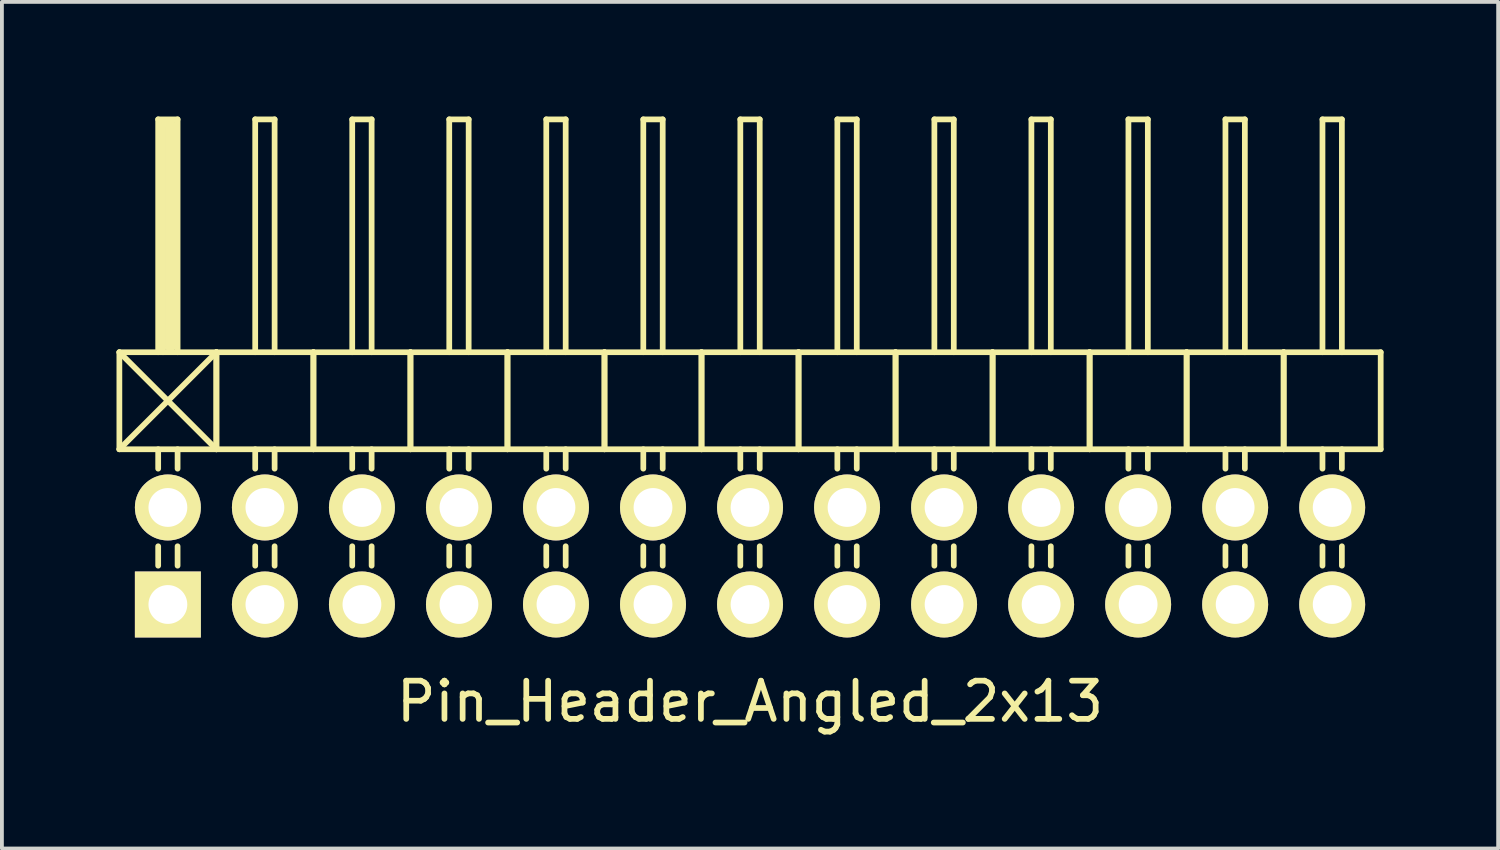
<source format=kicad_pcb>
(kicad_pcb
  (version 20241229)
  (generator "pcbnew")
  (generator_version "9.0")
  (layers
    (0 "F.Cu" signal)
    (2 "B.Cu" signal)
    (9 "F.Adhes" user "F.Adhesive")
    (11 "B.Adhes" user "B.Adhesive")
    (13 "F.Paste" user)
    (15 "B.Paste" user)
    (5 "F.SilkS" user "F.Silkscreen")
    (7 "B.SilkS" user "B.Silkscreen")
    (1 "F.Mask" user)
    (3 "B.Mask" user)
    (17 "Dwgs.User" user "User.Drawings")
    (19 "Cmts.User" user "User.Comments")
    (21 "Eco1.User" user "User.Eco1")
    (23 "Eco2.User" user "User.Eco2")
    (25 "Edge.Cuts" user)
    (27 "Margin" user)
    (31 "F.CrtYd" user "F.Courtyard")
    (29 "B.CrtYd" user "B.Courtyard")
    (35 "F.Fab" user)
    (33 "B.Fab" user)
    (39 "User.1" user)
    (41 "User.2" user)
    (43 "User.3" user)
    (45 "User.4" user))
  (footprint "Pin_Header_Angled_2x13"
    (layer "F.Cu")
    (at 16.585 11.505)
    (property "Reference" "Pin_Header_Angled_2x13" (at 0 3.81 0) (layer "F.SilkS") (effects (font (size 1 1) (thickness 0.15))))
    (attr through_hole)
    (fp_line (start -16.51 -5.334) (end -13.97 -2.794) (stroke (width 0.15) (type solid)) (layer "F.SilkS"))
    (fp_line (start -16.51 -2.794) (end -16.51 -5.334) (stroke (width 0.15) (type solid)) (layer "F.SilkS"))
    (fp_line (start -16.51 -2.794) (end -13.97 -5.334) (stroke (width 0.15) (type solid)) (layer "F.SilkS"))
    (fp_line (start -16.51 -2.794) (end -13.97 -2.794) (stroke (width 0.15) (type solid)) (layer "F.SilkS"))
    (fp_line (start -15.494 -11.43) (end -14.986 -11.43) (stroke (width 0.15) (type solid)) (layer "F.SilkS"))
    (fp_line (start -15.494 -5.334) (end -15.494 -11.43) (stroke (width 0.15) (type solid)) (layer "F.SilkS"))
    (fp_line (start -15.494 -2.794) (end -15.494 -2.286) (stroke (width 0.15) (type solid)) (layer "F.SilkS"))
    (fp_line (start -15.494 -0.254) (end -15.494 0.254) (stroke (width 0.15) (type solid)) (layer "F.SilkS"))
    (fp_line (start -15.367 -11.303) (end -15.113 -11.303) (stroke (width 0.15) (type solid)) (layer "F.SilkS"))
    (fp_line (start -15.367 -5.334) (end -15.367 -11.303) (stroke (width 0.15) (type solid)) (layer "F.SilkS"))
    (fp_line (start -15.24 -5.461) (end -15.24 -11.303) (stroke (width 0.15) (type solid)) (layer "F.SilkS"))
    (fp_line (start -15.113 -11.303) (end -15.113 -5.461) (stroke (width 0.15) (type solid)) (layer "F.SilkS"))
    (fp_line (start -15.113 -5.461) (end -15.24 -5.461) (stroke (width 0.15) (type solid)) (layer "F.SilkS"))
    (fp_line (start -14.986 -11.43) (end -14.986 -5.334) (stroke (width 0.15) (type solid)) (layer "F.SilkS"))
    (fp_line (start -14.986 -2.794) (end -14.986 -2.286) (stroke (width 0.15) (type solid)) (layer "F.SilkS"))
    (fp_line (start -14.986 -0.254) (end -14.986 0.254) (stroke (width 0.15) (type solid)) (layer "F.SilkS"))
    (fp_line (start -13.97 -5.334) (end -16.51 -5.334) (stroke (width 0.15) (type solid)) (layer "F.SilkS"))
    (fp_line (start -13.97 -2.794) (end -13.97 -5.334) (stroke (width 0.15) (type solid)) (layer "F.SilkS"))
    (fp_line (start -13.97 -2.794) (end -13.97 -5.334) (stroke (width 0.15) (type solid)) (layer "F.SilkS"))
    (fp_line (start -13.97 -2.794) (end -11.43 -2.794) (stroke (width 0.15) (type solid)) (layer "F.SilkS"))
    (fp_line (start -12.954 -11.43) (end -12.446 -11.43) (stroke (width 0.15) (type solid)) (layer "F.SilkS"))
    (fp_line (start -12.954 -5.334) (end -12.954 -11.43) (stroke (width 0.15) (type solid)) (layer "F.SilkS"))
    (fp_line (start -12.954 -2.794) (end -12.954 -2.286) (stroke (width 0.15) (type solid)) (layer "F.SilkS"))
    (fp_line (start -12.954 -0.254) (end -12.954 0.254) (stroke (width 0.15) (type solid)) (layer "F.SilkS"))
    (fp_line (start -12.446 -11.43) (end -12.446 -5.334) (stroke (width 0.15) (type solid)) (layer "F.SilkS"))
    (fp_line (start -12.446 -2.794) (end -12.446 -2.286) (stroke (width 0.15) (type solid)) (layer "F.SilkS"))
    (fp_line (start -12.446 -0.254) (end -12.446 0.254) (stroke (width 0.15) (type solid)) (layer "F.SilkS"))
    (fp_line (start -11.43 -5.334) (end -13.97 -5.334) (stroke (width 0.15) (type solid)) (layer "F.SilkS"))
    (fp_line (start -11.43 -2.794) (end -11.43 -5.334) (stroke (width 0.15) (type solid)) (layer "F.SilkS"))
    (fp_line (start -11.43 -2.794) (end -11.43 -5.334) (stroke (width 0.15) (type solid)) (layer "F.SilkS"))
    (fp_line (start -11.43 -2.794) (end -8.89 -2.794) (stroke (width 0.15) (type solid)) (layer "F.SilkS"))
    (fp_line (start -10.414 -11.43) (end -9.906 -11.43) (stroke (width 0.15) (type solid)) (layer "F.SilkS"))
    (fp_line (start -10.414 -5.334) (end -10.414 -11.43) (stroke (width 0.15) (type solid)) (layer "F.SilkS"))
    (fp_line (start -10.414 -2.794) (end -10.414 -2.286) (stroke (width 0.15) (type solid)) (layer "F.SilkS"))
    (fp_line (start -10.414 -0.254) (end -10.414 0.254) (stroke (width 0.15) (type solid)) (layer "F.SilkS"))
    (fp_line (start -9.906 -11.43) (end -9.906 -5.334) (stroke (width 0.15) (type solid)) (layer "F.SilkS"))
    (fp_line (start -9.906 -2.794) (end -9.906 -2.286) (stroke (width 0.15) (type solid)) (layer "F.SilkS"))
    (fp_line (start -9.906 -0.254) (end -9.906 0.254) (stroke (width 0.15) (type solid)) (layer "F.SilkS"))
    (fp_line (start -8.89 -5.334) (end -11.43 -5.334) (stroke (width 0.15) (type solid)) (layer "F.SilkS"))
    (fp_line (start -8.89 -2.794) (end -8.89 -5.334) (stroke (width 0.15) (type solid)) (layer "F.SilkS"))
    (fp_line (start -8.89 -2.794) (end -8.89 -5.334) (stroke (width 0.15) (type solid)) (layer "F.SilkS"))
    (fp_line (start -8.89 -2.794) (end -6.35 -2.794) (stroke (width 0.15) (type solid)) (layer "F.SilkS"))
    (fp_line (start -7.874 -11.43) (end -7.366 -11.43) (stroke (width 0.15) (type solid)) (layer "F.SilkS"))
    (fp_line (start -7.874 -5.334) (end -7.874 -11.43) (stroke (width 0.15) (type solid)) (layer "F.SilkS"))
    (fp_line (start -7.874 -2.794) (end -7.874 -2.286) (stroke (width 0.15) (type solid)) (layer "F.SilkS"))
    (fp_line (start -7.874 -0.254) (end -7.874 0.254) (stroke (width 0.15) (type solid)) (layer "F.SilkS"))
    (fp_line (start -7.366 -11.43) (end -7.366 -5.334) (stroke (width 0.15) (type solid)) (layer "F.SilkS"))
    (fp_line (start -7.366 -2.794) (end -7.366 -2.286) (stroke (width 0.15) (type solid)) (layer "F.SilkS"))
    (fp_line (start -7.366 -0.254) (end -7.366 0.254) (stroke (width 0.15) (type solid)) (layer "F.SilkS"))
    (fp_line (start -6.35 -5.334) (end -8.89 -5.334) (stroke (width 0.15) (type solid)) (layer "F.SilkS"))
    (fp_line (start -6.35 -2.794) (end -6.35 -5.334) (stroke (width 0.15) (type solid)) (layer "F.SilkS"))
    (fp_line (start -6.35 -2.794) (end -6.35 -5.334) (stroke (width 0.15) (type solid)) (layer "F.SilkS"))
    (fp_line (start -6.35 -2.794) (end -3.81 -2.794) (stroke (width 0.15) (type solid)) (layer "F.SilkS"))
    (fp_line (start -5.334 -11.43) (end -4.826 -11.43) (stroke (width 0.15) (type solid)) (layer "F.SilkS"))
    (fp_line (start -5.334 -5.334) (end -5.334 -11.43) (stroke (width 0.15) (type solid)) (layer "F.SilkS"))
    (fp_line (start -5.334 -2.794) (end -5.334 -2.286) (stroke (width 0.15) (type solid)) (layer "F.SilkS"))
    (fp_line (start -5.334 -0.254) (end -5.334 0.254) (stroke (width 0.15) (type solid)) (layer "F.SilkS"))
    (fp_line (start -4.826 -11.43) (end -4.826 -5.334) (stroke (width 0.15) (type solid)) (layer "F.SilkS"))
    (fp_line (start -4.826 -2.794) (end -4.826 -2.286) (stroke (width 0.15) (type solid)) (layer "F.SilkS"))
    (fp_line (start -4.826 -0.254) (end -4.826 0.254) (stroke (width 0.15) (type solid)) (layer "F.SilkS"))
    (fp_line (start -3.81 -5.334) (end -6.35 -5.334) (stroke (width 0.15) (type solid)) (layer "F.SilkS"))
    (fp_line (start -3.81 -2.794) (end -3.81 -5.334) (stroke (width 0.15) (type solid)) (layer "F.SilkS"))
    (fp_line (start -3.81 -2.794) (end -3.81 -5.334) (stroke (width 0.15) (type solid)) (layer "F.SilkS"))
    (fp_line (start -3.81 -2.794) (end -1.27 -2.794) (stroke (width 0.15) (type solid)) (layer "F.SilkS"))
    (fp_line (start -2.794 -11.43) (end -2.286 -11.43) (stroke (width 0.15) (type solid)) (layer "F.SilkS"))
    (fp_line (start -2.794 -5.334) (end -2.794 -11.43) (stroke (width 0.15) (type solid)) (layer "F.SilkS"))
    (fp_line (start -2.794 -2.794) (end -2.794 -2.286) (stroke (width 0.15) (type solid)) (layer "F.SilkS"))
    (fp_line (start -2.794 -0.254) (end -2.794 0.254) (stroke (width 0.15) (type solid)) (layer "F.SilkS"))
    (fp_line (start -2.286 -11.43) (end -2.286 -5.334) (stroke (width 0.15) (type solid)) (layer "F.SilkS"))
    (fp_line (start -2.286 -2.794) (end -2.286 -2.286) (stroke (width 0.15) (type solid)) (layer "F.SilkS"))
    (fp_line (start -2.286 -0.254) (end -2.286 0.254) (stroke (width 0.15) (type solid)) (layer "F.SilkS"))
    (fp_line (start -1.27 -5.334) (end -3.81 -5.334) (stroke (width 0.15) (type solid)) (layer "F.SilkS"))
    (fp_line (start -1.27 -2.794) (end -1.27 -5.334) (stroke (width 0.15) (type solid)) (layer "F.SilkS"))
    (fp_line (start -1.27 -2.794) (end -1.27 -5.334) (stroke (width 0.15) (type solid)) (layer "F.SilkS"))
    (fp_line (start -1.27 -2.794) (end 1.27 -2.794) (stroke (width 0.15) (type solid)) (layer "F.SilkS"))
    (fp_line (start -0.254 -11.43) (end 0.254 -11.43) (stroke (width 0.15) (type solid)) (layer "F.SilkS"))
    (fp_line (start -0.254 -5.334) (end -0.254 -11.43) (stroke (width 0.15) (type solid)) (layer "F.SilkS"))
    (fp_line (start -0.254 -2.794) (end -0.254 -2.286) (stroke (width 0.15) (type solid)) (layer "F.SilkS"))
    (fp_line (start -0.254 -0.254) (end -0.254 0.254) (stroke (width 0.15) (type solid)) (layer "F.SilkS"))
    (fp_line (start 0.254 -11.43) (end 0.254 -5.334) (stroke (width 0.15) (type solid)) (layer "F.SilkS"))
    (fp_line (start 0.254 -2.794) (end 0.254 -2.286) (stroke (width 0.15) (type solid)) (layer "F.SilkS"))
    (fp_line (start 0.254 -0.254) (end 0.254 0.254) (stroke (width 0.15) (type solid)) (layer "F.SilkS"))
    (fp_line (start 1.27 -5.334) (end -1.27 -5.334) (stroke (width 0.15) (type solid)) (layer "F.SilkS"))
    (fp_line (start 1.27 -2.794) (end 1.27 -5.334) (stroke (width 0.15) (type solid)) (layer "F.SilkS"))
    (fp_line (start 1.27 -2.794) (end 1.27 -5.334) (stroke (width 0.15) (type solid)) (layer "F.SilkS"))
    (fp_line (start 1.27 -2.794) (end 3.81 -2.794) (stroke (width 0.15) (type solid)) (layer "F.SilkS"))
    (fp_line (start 2.286 -11.43) (end 2.794 -11.43) (stroke (width 0.15) (type solid)) (layer "F.SilkS"))
    (fp_line (start 2.286 -5.334) (end 2.286 -11.43) (stroke (width 0.15) (type solid)) (layer "F.SilkS"))
    (fp_line (start 2.286 -2.794) (end 2.286 -2.286) (stroke (width 0.15) (type solid)) (layer "F.SilkS"))
    (fp_line (start 2.286 -0.254) (end 2.286 0.254) (stroke (width 0.15) (type solid)) (layer "F.SilkS"))
    (fp_line (start 2.794 -11.43) (end 2.794 -5.334) (stroke (width 0.15) (type solid)) (layer "F.SilkS"))
    (fp_line (start 2.794 -2.794) (end 2.794 -2.286) (stroke (width 0.15) (type solid)) (layer "F.SilkS"))
    (fp_line (start 2.794 -0.254) (end 2.794 0.254) (stroke (width 0.15) (type solid)) (layer "F.SilkS"))
    (fp_line (start 3.81 -5.334) (end 1.27 -5.334) (stroke (width 0.15) (type solid)) (layer "F.SilkS"))
    (fp_line (start 3.81 -2.794) (end 3.81 -5.334) (stroke (width 0.15) (type solid)) (layer "F.SilkS"))
    (fp_line (start 3.81 -2.794) (end 3.81 -5.334) (stroke (width 0.15) (type solid)) (layer "F.SilkS"))
    (fp_line (start 3.81 -2.794) (end 6.35 -2.794) (stroke (width 0.15) (type solid)) (layer "F.SilkS"))
    (fp_line (start 4.826 -11.43) (end 5.334 -11.43) (stroke (width 0.15) (type solid)) (layer "F.SilkS"))
    (fp_line (start 4.826 -5.334) (end 4.826 -11.43) (stroke (width 0.15) (type solid)) (layer "F.SilkS"))
    (fp_line (start 4.826 -2.794) (end 4.826 -2.286) (stroke (width 0.15) (type solid)) (layer "F.SilkS"))
    (fp_line (start 4.826 -0.254) (end 4.826 0.254) (stroke (width 0.15) (type solid)) (layer "F.SilkS"))
    (fp_line (start 5.334 -11.43) (end 5.334 -5.334) (stroke (width 0.15) (type solid)) (layer "F.SilkS"))
    (fp_line (start 5.334 -2.794) (end 5.334 -2.286) (stroke (width 0.15) (type solid)) (layer "F.SilkS"))
    (fp_line (start 5.334 -0.254) (end 5.334 0.254) (stroke (width 0.15) (type solid)) (layer "F.SilkS"))
    (fp_line (start 6.35 -5.334) (end 3.81 -5.334) (stroke (width 0.15) (type solid)) (layer "F.SilkS"))
    (fp_line (start 6.35 -2.794) (end 6.35 -5.334) (stroke (width 0.15) (type solid)) (layer "F.SilkS"))
    (fp_line (start 6.35 -2.794) (end 6.35 -5.334) (stroke (width 0.15) (type solid)) (layer "F.SilkS"))
    (fp_line (start 6.35 -2.794) (end 8.89 -2.794) (stroke (width 0.15) (type solid)) (layer "F.SilkS"))
    (fp_line (start 7.366 -11.43) (end 7.874 -11.43) (stroke (width 0.15) (type solid)) (layer "F.SilkS"))
    (fp_line (start 7.366 -5.334) (end 7.366 -11.43) (stroke (width 0.15) (type solid)) (layer "F.SilkS"))
    (fp_line (start 7.366 -2.794) (end 7.366 -2.286) (stroke (width 0.15) (type solid)) (layer "F.SilkS"))
    (fp_line (start 7.366 -0.254) (end 7.366 0.254) (stroke (width 0.15) (type solid)) (layer "F.SilkS"))
    (fp_line (start 7.874 -11.43) (end 7.874 -5.334) (stroke (width 0.15) (type solid)) (layer "F.SilkS"))
    (fp_line (start 7.874 -2.794) (end 7.874 -2.286) (stroke (width 0.15) (type solid)) (layer "F.SilkS"))
    (fp_line (start 7.874 -0.254) (end 7.874 0.254) (stroke (width 0.15) (type solid)) (layer "F.SilkS"))
    (fp_line (start 8.89 -5.334) (end 6.35 -5.334) (stroke (width 0.15) (type solid)) (layer "F.SilkS"))
    (fp_line (start 8.89 -2.794) (end 8.89 -5.334) (stroke (width 0.15) (type solid)) (layer "F.SilkS"))
    (fp_line (start 8.89 -2.794) (end 8.89 -5.334) (stroke (width 0.15) (type solid)) (layer "F.SilkS"))
    (fp_line (start 8.89 -2.794) (end 11.43 -2.794) (stroke (width 0.15) (type solid)) (layer "F.SilkS"))
    (fp_line (start 9.906 -11.43) (end 10.414 -11.43) (stroke (width 0.15) (type solid)) (layer "F.SilkS"))
    (fp_line (start 9.906 -5.334) (end 9.906 -11.43) (stroke (width 0.15) (type solid)) (layer "F.SilkS"))
    (fp_line (start 9.906 -2.794) (end 9.906 -2.286) (stroke (width 0.15) (type solid)) (layer "F.SilkS"))
    (fp_line (start 9.906 -0.254) (end 9.906 0.254) (stroke (width 0.15) (type solid)) (layer "F.SilkS"))
    (fp_line (start 10.414 -11.43) (end 10.414 -5.334) (stroke (width 0.15) (type solid)) (layer "F.SilkS"))
    (fp_line (start 10.414 -2.794) (end 10.414 -2.286) (stroke (width 0.15) (type solid)) (layer "F.SilkS"))
    (fp_line (start 10.414 -0.254) (end 10.414 0.254) (stroke (width 0.15) (type solid)) (layer "F.SilkS"))
    (fp_line (start 11.43 -5.334) (end 8.89 -5.334) (stroke (width 0.15) (type solid)) (layer "F.SilkS"))
    (fp_line (start 11.43 -2.794) (end 11.43 -5.334) (stroke (width 0.15) (type solid)) (layer "F.SilkS"))
    (fp_line (start 11.43 -2.794) (end 11.43 -5.334) (stroke (width 0.15) (type solid)) (layer "F.SilkS"))
    (fp_line (start 11.43 -2.794) (end 13.97 -2.794) (stroke (width 0.15) (type solid)) (layer "F.SilkS"))
    (fp_line (start 12.446 -11.43) (end 12.954 -11.43) (stroke (width 0.15) (type solid)) (layer "F.SilkS"))
    (fp_line (start 12.446 -5.334) (end 12.446 -11.43) (stroke (width 0.15) (type solid)) (layer "F.SilkS"))
    (fp_line (start 12.446 -2.794) (end 12.446 -2.286) (stroke (width 0.15) (type solid)) (layer "F.SilkS"))
    (fp_line (start 12.446 -0.254) (end 12.446 0.254) (stroke (width 0.15) (type solid)) (layer "F.SilkS"))
    (fp_line (start 12.954 -11.43) (end 12.954 -5.334) (stroke (width 0.15) (type solid)) (layer "F.SilkS"))
    (fp_line (start 12.954 -2.794) (end 12.954 -2.286) (stroke (width 0.15) (type solid)) (layer "F.SilkS"))
    (fp_line (start 12.954 -0.254) (end 12.954 0.254) (stroke (width 0.15) (type solid)) (layer "F.SilkS"))
    (fp_line (start 13.97 -5.334) (end 11.43 -5.334) (stroke (width 0.15) (type solid)) (layer "F.SilkS"))
    (fp_line (start 13.97 -2.794) (end 13.97 -5.334) (stroke (width 0.15) (type solid)) (layer "F.SilkS"))
    (fp_line (start 13.97 -2.794) (end 13.97 -5.334) (stroke (width 0.15) (type solid)) (layer "F.SilkS"))
    (fp_line (start 13.97 -2.794) (end 16.51 -2.794) (stroke (width 0.15) (type solid)) (layer "F.SilkS"))
    (fp_line (start 14.986 -11.43) (end 15.494 -11.43) (stroke (width 0.15) (type solid)) (layer "F.SilkS"))
    (fp_line (start 14.986 -5.334) (end 14.986 -11.43) (stroke (width 0.15) (type solid)) (layer "F.SilkS"))
    (fp_line (start 14.986 -2.794) (end 14.986 -2.286) (stroke (width 0.15) (type solid)) (layer "F.SilkS"))
    (fp_line (start 14.986 -0.254) (end 14.986 0.254) (stroke (width 0.15) (type solid)) (layer "F.SilkS"))
    (fp_line (start 15.494 -11.43) (end 15.494 -5.334) (stroke (width 0.15) (type solid)) (layer "F.SilkS"))
    (fp_line (start 15.494 -2.794) (end 15.494 -2.286) (stroke (width 0.15) (type solid)) (layer "F.SilkS"))
    (fp_line (start 15.494 -0.254) (end 15.494 0.254) (stroke (width 0.15) (type solid)) (layer "F.SilkS"))
    (fp_line (start 16.51 -5.334) (end 13.97 -5.334) (stroke (width 0.15) (type solid)) (layer "F.SilkS"))
    (fp_line (start 16.51 -2.794) (end 16.51 -5.334) (stroke (width 0.15) (type solid)) (layer "F.SilkS"))
    (pad "1" thru_hole rect (at -15.24 1.27) (size 1.727 1.727) (drill 1.016) (layers "*.Cu" "*.Mask" "F.SilkS"))
    (pad "2" thru_hole oval (at -15.24 -1.27) (size 1.727 1.727) (drill 1.016) (layers "*.Cu" "*.Mask" "F.SilkS"))
    (pad "3" thru_hole oval (at -12.7 1.27) (size 1.727 1.727) (drill 1.016) (layers "*.Cu" "*.Mask" "F.SilkS"))
    (pad "4" thru_hole oval (at -12.7 -1.27) (size 1.727 1.727) (drill 1.016) (layers "*.Cu" "*.Mask" "F.SilkS"))
    (pad "5" thru_hole oval (at -10.16 1.27) (size 1.727 1.727) (drill 1.016) (layers "*.Cu" "*.Mask" "F.SilkS"))
    (pad "6" thru_hole oval (at -10.16 -1.27) (size 1.727 1.727) (drill 1.016) (layers "*.Cu" "*.Mask" "F.SilkS"))
    (pad "7" thru_hole oval (at -7.62 1.27) (size 1.727 1.727) (drill 1.016) (layers "*.Cu" "*.Mask" "F.SilkS"))
    (pad "8" thru_hole oval (at -7.62 -1.27) (size 1.727 1.727) (drill 1.016) (layers "*.Cu" "*.Mask" "F.SilkS"))
    (pad "9" thru_hole oval (at -5.08 1.27) (size 1.727 1.727) (drill 1.016) (layers "*.Cu" "*.Mask" "F.SilkS"))
    (pad "10" thru_hole oval (at -5.08 -1.27) (size 1.727 1.727) (drill 1.016) (layers "*.Cu" "*.Mask" "F.SilkS"))
    (pad "11" thru_hole oval (at -2.54 1.27) (size 1.727 1.727) (drill 1.016) (layers "*.Cu" "*.Mask" "F.SilkS"))
    (pad "12" thru_hole oval (at -2.54 -1.27) (size 1.727 1.727) (drill 1.016) (layers "*.Cu" "*.Mask" "F.SilkS"))
    (pad "13" thru_hole oval (at 0 1.27) (size 1.727 1.727) (drill 1.016) (layers "*.Cu" "*.Mask" "F.SilkS"))
    (pad "14" thru_hole oval (at 0 -1.27) (size 1.727 1.727) (drill 1.016) (layers "*.Cu" "*.Mask" "F.SilkS"))
    (pad "15" thru_hole oval (at 2.54 1.27) (size 1.727 1.727) (drill 1.016) (layers "*.Cu" "*.Mask" "F.SilkS"))
    (pad "16" thru_hole oval (at 2.54 -1.27) (size 1.727 1.727) (drill 1.016) (layers "*.Cu" "*.Mask" "F.SilkS"))
    (pad "17" thru_hole oval (at 5.08 1.27) (size 1.727 1.727) (drill 1.016) (layers "*.Cu" "*.Mask" "F.SilkS"))
    (pad "18" thru_hole oval (at 5.08 -1.27) (size 1.727 1.727) (drill 1.016) (layers "*.Cu" "*.Mask" "F.SilkS"))
    (pad "19" thru_hole oval (at 7.62 1.27) (size 1.727 1.727) (drill 1.016) (layers "*.Cu" "*.Mask" "F.SilkS"))
    (pad "20" thru_hole oval (at 7.62 -1.27) (size 1.727 1.727) (drill 1.016) (layers "*.Cu" "*.Mask" "F.SilkS"))
    (pad "21" thru_hole oval (at 10.16 1.27) (size 1.727 1.727) (drill 1.016) (layers "*.Cu" "*.Mask" "F.SilkS"))
    (pad "22" thru_hole oval (at 10.16 -1.27) (size 1.727 1.727) (drill 1.016) (layers "*.Cu" "*.Mask" "F.SilkS"))
    (pad "23" thru_hole oval (at 12.7 1.27) (size 1.727 1.727) (drill 1.016) (layers "*.Cu" "*.Mask" "F.SilkS"))
    (pad "24" thru_hole oval (at 12.7 -1.27) (size 1.727 1.727) (drill 1.016) (layers "*.Cu" "*.Mask" "F.SilkS"))
    (pad "25" thru_hole oval (at 15.24 1.27) (size 1.727 1.727) (drill 1.016) (layers "*.Cu" "*.Mask" "F.SilkS"))
    (pad "26" thru_hole oval (at 15.24 -1.27) (size 1.727 1.727) (drill 1.016) (layers "*.Cu" "*.Mask" "F.SilkS")))
  (gr_rect
    (start -3 -3)
    (end 36.17 19.163)
    (stroke (width 0.1) (type default))
    (fill no)
    (layer "Edge.Cuts")))
</source>
